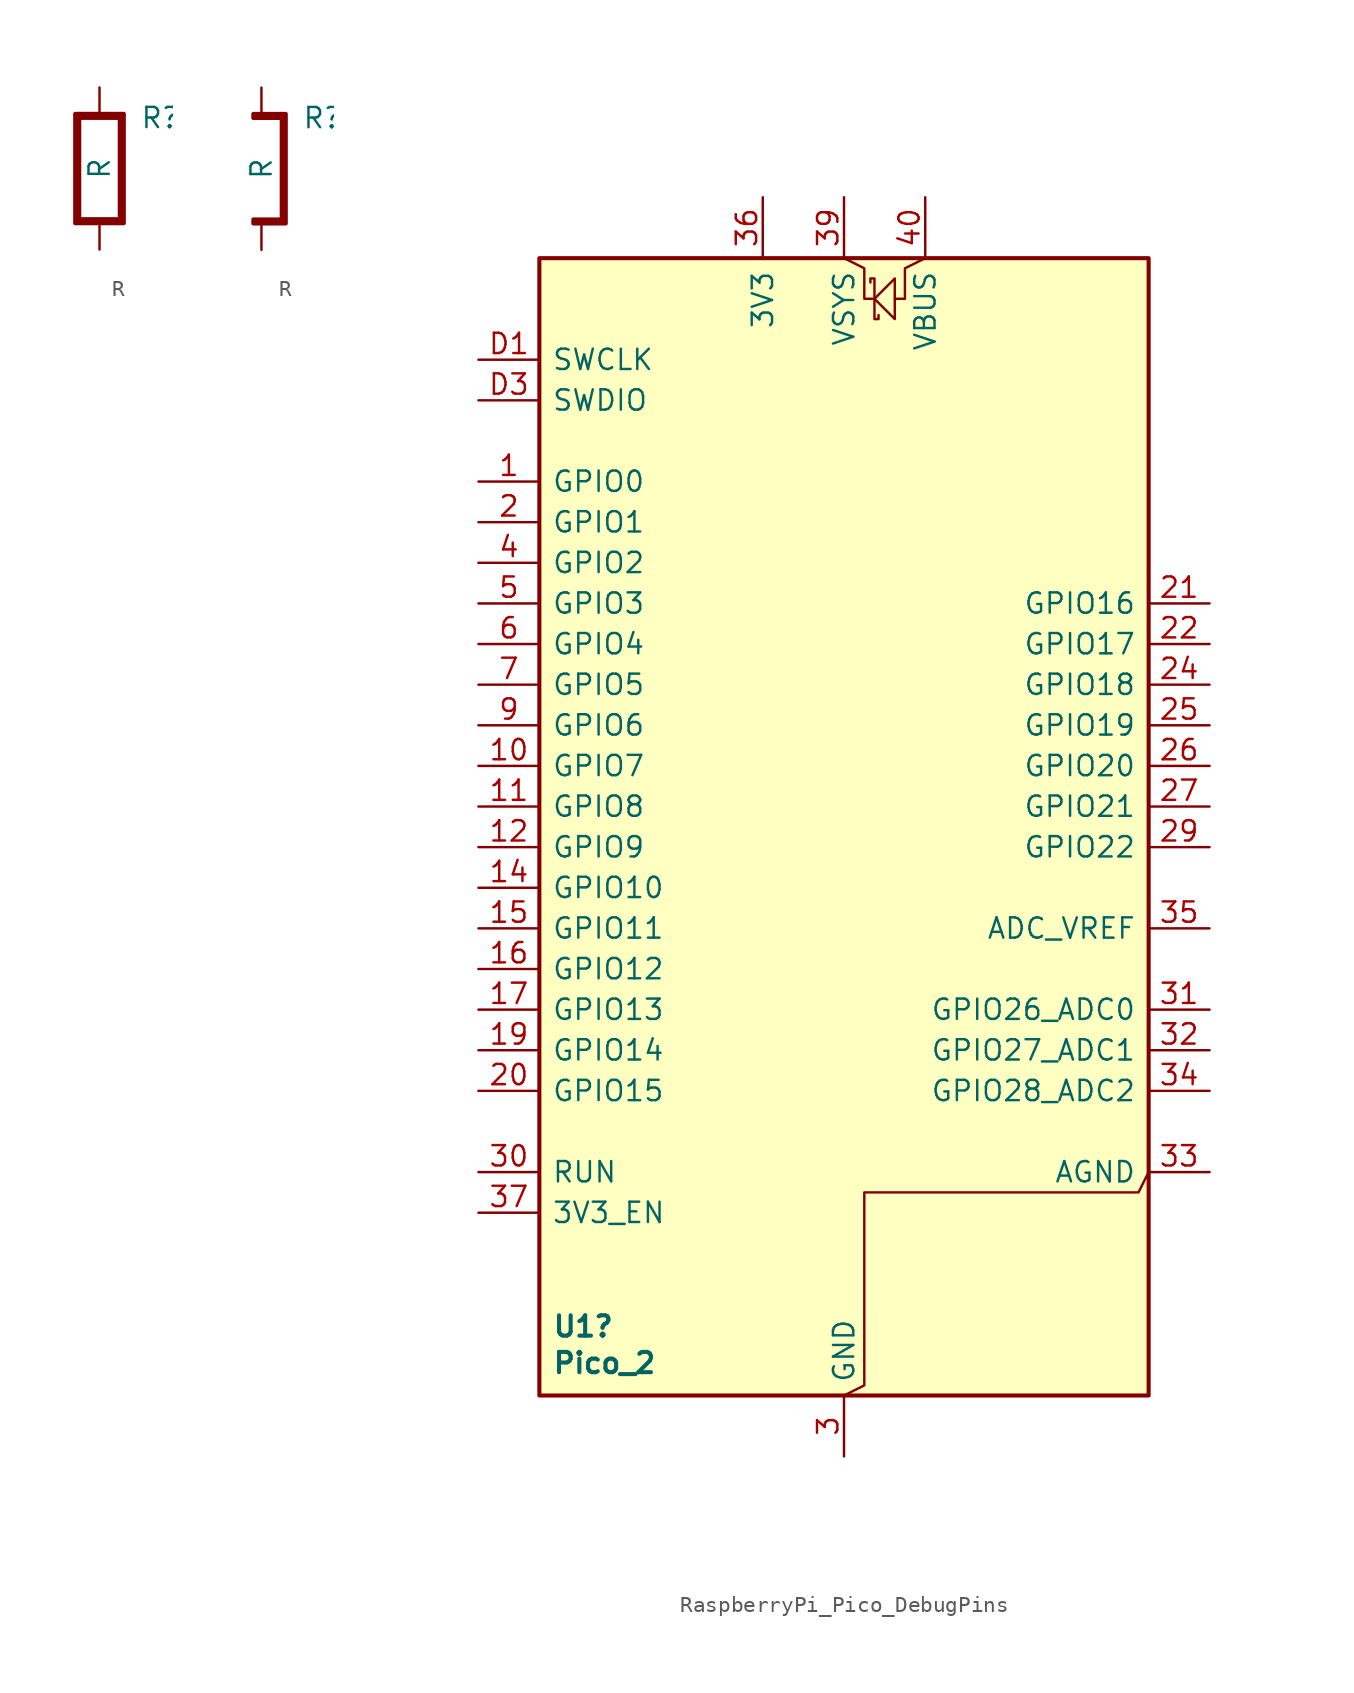
<source format=kicad_sym>
(kicad_symbol_lib
  (version 20241209)
  (generator "kicad_symbol_editor")
  (generator_version "9.0")
  (symbol "R"
    (pin_numbers
      (hide yes))
    (pin_names
      (offset 0)
      (hide yes))
    (property "Reference" "R"
      (at 2.54 3.175 0)
      (effects (font (size 1.27 1.27)) (justify left)))
    (property "Value" "R"
      (at 0 0 90)
      (effects (font (size 1.27 1.27))))
    (symbol "R_1_1"
      (polyline (pts (xy -1.524 -3.429) (xy 1.524 -3.429) (xy 1.524 3.429) (xy -1.524 3.429) (xy -1.524 -3.429) (xy -1.27 -3.175) (xy -1.27 3.175) (xy 1.27 3.175) (xy 1.27 -3.175) (xy -1.27 -3.175) (xy -1.524 -3.429)) (stroke (width 0.254) (type default)) (fill (type outline)))
      (pin passive line (at 0 5.08 270) (length 1.651) (name "+" (effects (font (size 1.27 1.27)))) (number "1" (effects (font (size 1.27 1.27)))))
      (pin passive line (at 0 -5.08 90) (length 1.651) (name "-" (effects (font (size 1.27 1.27)))) (number "2" (effects (font (size 1.27 1.27))))))
    (symbol "R_1_2"
      (polyline (pts (xy -0.508 -3.429) (xy 1.524 -3.429) (xy 1.524 3.429) (xy -0.508 3.429) (xy -0.508 3.175) (xy 1.27 3.175) (xy 1.27 -3.175) (xy -0.508 -3.175) (xy -0.508 -3.429)) (stroke (width 0.254) (type default)) (fill (type outline)))
      (pin passive line (at 0 5.08 270) (length 1.651) (name "+" (effects (font (size 1.27 1.27)))) (number "1" (effects (font (size 1.27 1.27)))))
      (pin passive line (at 0 -5.08 90) (length 1.651) (name "-" (effects (font (size 1.27 1.27)))) (number "2" (effects (font (size 1.27 1.27))))))
    (symbol "R_1_3"
      (polyline (pts (xy 0 3.48) (xy 0 3.2) (xy 0.711 2.794) (xy -1.194 1.676) (xy 0.711 0.559) (xy -1.194 -0.559) (xy 0.711 -1.676) (xy -1.194 -2.794) (xy 0 -3.48) (xy 0 -3.2) (xy -0.711 -2.794) (xy 1.194 -1.676) (xy -0.711 -0.559) (xy 1.194 0.559) (xy -0.711 1.676) (xy 1.194 2.794) (xy 0 3.48)) (stroke (width 0.254) (type default)) (fill (type outline)))
      (pin passive line (at 0 5.08 270) (length 1.6) (name "+" (effects (font (size 1.27 1.27)))) (number "1" (effects (font (size 1.27 1.27)))))
      (pin passive line (at 0 -5.08 90) (length 1.6) (name "-" (effects (font (size 1.27 1.27)))) (number "2" (effects (font (size 1.27 1.27))))))
    (symbol "R_1_4"
      (polyline (pts (xy 0 4.547) (xy 0 4.267) (xy 0.051 4.242) (xy 1.016 3.683) (xy -1.524 2.21) (xy 1.016 0.737) (xy -1.524 -0.737) (xy 1.016 -2.21) (xy -1.524 -3.683) (xy -0.076 -4.521) (xy 0 -4.547) (xy 0 -4.267) (xy -0.051 -4.242) (xy -1.016 -3.683) (xy 1.524 -2.21) (xy -1.016 -0.737) (xy 1.524 0.737) (xy -1.016 2.21) (xy 1.524 3.683) (xy 0.076 4.521) (xy 0 4.547)) (stroke (width 0.254) (type default)) (fill (type outline)))
      (pin passive line (at 0 5.08 270) (length 0.533) (name "+" (effects (font (size 1.27 1.27)))) (number "1" (effects (font (size 1.27 1.27)))))
      (pin passive line (at 0 -5.08 90) (length 0.533) (name "-" (effects (font (size 1.27 1.27)))) (number "2" (effects (font (size 1.27 1.27)))))))
  (symbol "RaspberryPi_Pico_DebugPins"
    (pin_names
      (offset 0.762))
    (property "Reference" "U1"
      (at -18.288 -29.972 0)
      (effects (font (size 1.27 1.27) (thickness 0.254) (bold yes)) (justify left)))
    (property "Value" "Pico_2"
      (at -18.288 -32.258 0)
      (effects (font (size 1.27 1.27) (thickness 0.254) (bold yes)) (justify left)))
    (symbol "RaspberryPi_Pico_DebugPins_0_1"
      (rectangle (start -19.05 36.83) (end 19.05 -34.29) (stroke (width 0.254) (type default)) (fill (type background)))
      (polyline (pts (xy 0 36.83) (xy 1.27 36.195) (xy 1.27 34.29) (xy 1.905 34.29)) (stroke (width 0) (type default)) (fill (type none)))
      (polyline (pts (xy 0 -34.29) (xy 1.27 -33.655) (xy 1.27 -21.59) (xy 18.415 -21.59) (xy 19.05 -20.32)) (stroke (width 0) (type default)) (fill (type none)))
      (polyline (pts (xy 1.651 35.306) (xy 1.651 35.56) (xy 1.905 35.56) (xy 1.905 33.02) (xy 2.159 33.02) (xy 2.159 33.274)) (stroke (width 0) (type default)) (fill (type none)))
      (polyline (pts (xy 1.905 34.29) (xy 3.175 35.56) (xy 3.175 33.02) (xy 1.905 34.29)) (stroke (width 0) (type default)) (fill (type none)))
      (polyline (pts (xy 5.08 36.83) (xy 3.81 36.195) (xy 3.81 34.29) (xy 3.175 34.29)) (stroke (width 0) (type default)) (fill (type none))))
    (symbol "RaspberryPi_Pico_DebugPins_1_1"
      (pin input line (at -22.86 30.48 0) (length 3.81) (name "SWCLK" (effects (font (size 1.27 1.27)))) (number "D1" (effects (font (size 1.27 1.27)))))
      (pin bidirectional line (at -22.86 27.94 0) (length 3.81) (name "SWDIO" (effects (font (size 1.27 1.27)))) (number "D3" (effects (font (size 1.27 1.27)))))
      (pin bidirectional line (at -22.86 22.86 0) (length 3.81) (name "GPIO0" (effects (font (size 1.27 1.27)))) (number "1" (effects (font (size 1.27 1.27)))) (alternate "I2C0_SDA" bidirectional line) (alternate "PWM0_A" output line) (alternate "SPI0_RX" input line) (alternate "UART0_TX" output line) (alternate "USB_OVCUR_DET" input line))
      (pin bidirectional line (at -22.86 20.32 0) (length 3.81) (name "GPIO1" (effects (font (size 1.27 1.27)))) (number "2" (effects (font (size 1.27 1.27)))) (alternate "I2C0_SCL" bidirectional clock) (alternate "PWM0_B" bidirectional line) (alternate "UART0_RX" input line) (alternate "USB_VBUS_DET" passive line) (alternate "~{SPI0_CSn}" bidirectional line))
      (pin bidirectional line (at -22.86 17.78 0) (length 3.81) (name "GPIO2" (effects (font (size 1.27 1.27)))) (number "4" (effects (font (size 1.27 1.27)))) (alternate "I2C1_SDA" bidirectional line) (alternate "PWM1_A" output line) (alternate "SPI0_SCK" bidirectional clock) (alternate "UART0_CTS" input line) (alternate "USB_VBUS_DET" input line))
      (pin bidirectional line (at -22.86 15.24 0) (length 3.81) (name "GPIO3" (effects (font (size 1.27 1.27)))) (number "5" (effects (font (size 1.27 1.27)))) (alternate "I2C1_SCL" bidirectional clock) (alternate "PWM1_B" bidirectional line) (alternate "SPI0_TX" output line) (alternate "UART0_RTS" output line) (alternate "USB_OVCUR_DET" input line))
      (pin bidirectional line (at -22.86 12.7 0) (length 3.81) (name "GPIO4" (effects (font (size 1.27 1.27)))) (number "6" (effects (font (size 1.27 1.27)))) (alternate "I2C0_SDA" bidirectional line) (alternate "PWM2_A" output line) (alternate "SPI0_RX" input line) (alternate "UART1_TX" output line) (alternate "USB_VBUS_DET" input line))
      (pin bidirectional line (at -22.86 10.16 0) (length 3.81) (name "GPIO5" (effects (font (size 1.27 1.27)))) (number "7" (effects (font (size 1.27 1.27)))) (alternate "I2C0_SCL" bidirectional clock) (alternate "PWM2_B" bidirectional line) (alternate "UART1_RX" input line) (alternate "USB_VBUS_EN" output line) (alternate "~{SPI0_CSn}" bidirectional line))
      (pin bidirectional line (at -22.86 7.62 0) (length 3.81) (name "GPIO6" (effects (font (size 1.27 1.27)))) (number "9" (effects (font (size 1.27 1.27)))) (alternate "I2C1_SDA" bidirectional line) (alternate "PWM3_A" output line) (alternate "SPI0_SCK" bidirectional clock) (alternate "UART1_CTS" input line) (alternate "USB_OVCUR_DET" input line))
      (pin bidirectional line (at -22.86 5.08 0) (length 3.81) (name "GPIO7" (effects (font (size 1.27 1.27)))) (number "10" (effects (font (size 1.27 1.27)))) (alternate "I2C1_SCL" bidirectional clock) (alternate "PWM3_B" bidirectional line) (alternate "SPI0_TX" output line) (alternate "UART1_RTS" output line) (alternate "USB_VBUS_DET" input line))
      (pin bidirectional line (at -22.86 2.54 0) (length 3.81) (name "GPIO8" (effects (font (size 1.27 1.27)))) (number "11" (effects (font (size 1.27 1.27)))) (alternate "I2C0_SDA" bidirectional line) (alternate "PWM4_A" output line) (alternate "SPI1_RX" input line) (alternate "UART1_TX" output line) (alternate "USB_VBUS_EN" output line))
      (pin bidirectional line (at -22.86 0 0) (length 3.81) (name "GPIO9" (effects (font (size 1.27 1.27)))) (number "12" (effects (font (size 1.27 1.27)))) (alternate "I2C0_SCL" bidirectional clock) (alternate "PWM4_B" bidirectional line) (alternate "UART1_RX" input line) (alternate "USB_OVCUR_DET" input line) (alternate "~{SPI1_CSn}" bidirectional line))
      (pin bidirectional line (at -22.86 -2.54 0) (length 3.81) (name "GPIO10" (effects (font (size 1.27 1.27)))) (number "14" (effects (font (size 1.27 1.27)))) (alternate "I2C1_SDA" bidirectional line) (alternate "PWM5_A" output line) (alternate "SPI1_SCK" bidirectional clock) (alternate "UART1_CTS" input line) (alternate "USB_VBUS_DET" input line))
      (pin bidirectional line (at -22.86 -5.08 0) (length 3.81) (name "GPIO11" (effects (font (size 1.27 1.27)))) (number "15" (effects (font (size 1.27 1.27)))) (alternate "I2C1_SCL" bidirectional clock) (alternate "PWM5_B" bidirectional line) (alternate "SPI1_TX" output line) (alternate "UART1_RTS" output line) (alternate "USB_VBUS_EN" output line))
      (pin bidirectional line (at -22.86 -7.62 0) (length 3.81) (name "GPIO12" (effects (font (size 1.27 1.27)))) (number "16" (effects (font (size 1.27 1.27)))) (alternate "I2C0_SDA" bidirectional line) (alternate "PWM6_A" output line) (alternate "SPI1_RX" input line) (alternate "UART0_TX" output line) (alternate "USB_OVCUR_DET" input line))
      (pin bidirectional line (at -22.86 -10.16 0) (length 3.81) (name "GPIO13" (effects (font (size 1.27 1.27)))) (number "17" (effects (font (size 1.27 1.27)))) (alternate "I2C0_SCL" bidirectional clock) (alternate "PWM6_B" bidirectional line) (alternate "UART0_RX" input line) (alternate "USB_VBUS_DET" input line) (alternate "~{SPI1_CSn}" bidirectional line))
      (pin bidirectional line (at -22.86 -12.7 0) (length 3.81) (name "GPIO14" (effects (font (size 1.27 1.27)))) (number "19" (effects (font (size 1.27 1.27)))) (alternate "I2C1_SDA" bidirectional line) (alternate "PWM7_A" output line) (alternate "SPI1_SCK" bidirectional clock) (alternate "UART0_CTS" input line) (alternate "USB_VBUS_EN" output line))
      (pin bidirectional line (at -22.86 -15.24 0) (length 3.81) (name "GPIO15" (effects (font (size 1.27 1.27)))) (number "20" (effects (font (size 1.27 1.27)))) (alternate "I2C1_SCL" bidirectional clock) (alternate "PWM7_B" bidirectional line) (alternate "SPI1_TX" output line) (alternate "UART0_RTS" output line) (alternate "USB_OVCUR_DET" input line))
      (pin input line (at -22.86 -20.32 0) (length 3.81) (name "RUN" (effects (font (size 1.27 1.27)))) (number "30" (effects (font (size 1.27 1.27)))) (alternate "~{RESET}" input line))
      (pin input line (at -22.86 -22.86 0) (length 3.81) (name "3V3_EN" (effects (font (size 1.27 1.27)))) (number "37" (effects (font (size 1.27 1.27)))) (alternate "~{3V3_DISABLE}" input line))
      (pin power_out line (at -5.08 40.64 270) (length 3.81) (name "3V3" (effects (font (size 1.27 1.27)))) (number "36" (effects (font (size 1.27 1.27)))))
      (pin power_in line (at 0 40.64 270) (length 3.81) (name "VSYS" (effects (font (size 1.27 1.27)))) (number "39" (effects (font (size 1.27 1.27)))) (alternate "VSYS_IN" power_in line) (alternate "VSYS_OUT" power_out line))
      (pin passive line (at 0 -38.1 90) (length 3.81) (hide yes) (name "GND" (effects (font (size 1.27 1.27)))) (number "13" (effects (font (size 1.27 1.27)))))
      (pin passive line (at 0 -38.1 90) (length 3.81) (hide yes) (name "GND" (effects (font (size 1.27 1.27)))) (number "18" (effects (font (size 1.27 1.27)))))
      (pin passive line (at 0 -38.1 90) (length 3.81) (hide yes) (name "GND" (effects (font (size 1.27 1.27)))) (number "23" (effects (font (size 1.27 1.27)))))
      (pin passive line (at 0 -38.1 90) (length 3.81) (hide yes) (name "GND" (effects (font (size 1.27 1.27)))) (number "28" (effects (font (size 1.27 1.27)))))
      (pin power_out line (at 0 -38.1 90) (length 3.81) (name "GND" (effects (font (size 1.27 1.27)))) (number "3" (effects (font (size 1.27 1.27)))) (alternate "GND_IN" power_in line))
      (pin passive line (at 0 -38.1 90) (length 3.81) (hide yes) (name "GND" (effects (font (size 1.27 1.27)))) (number "38" (effects (font (size 1.27 1.27)))))
      (pin passive line (at 0 -38.1 90) (length 3.81) (hide yes) (name "GND" (effects (font (size 1.27 1.27)))) (number "8" (effects (font (size 1.27 1.27)))))
      (pin passive line (at 0 -38.1 90) (length 3.81) (hide yes) (name "GND" (effects (font (size 1.27 1.27)))) (number "D2" (effects (font (size 1.27 1.27)))))
      (pin power_out line (at 5.08 40.64 270) (length 3.81) (name "VBUS" (effects (font (size 1.27 1.27)))) (number "40" (effects (font (size 1.27 1.27)))) (alternate "VBUS_HOST" power_in line))
      (pin bidirectional line (at 22.86 15.24 180) (length 3.81) (name "GPIO16" (effects (font (size 1.27 1.27)))) (number "21" (effects (font (size 1.27 1.27)))) (alternate "I2C0_SDA" bidirectional line) (alternate "PWM0_A" output line) (alternate "SPI0_RX" input line) (alternate "UART0_TX" output line) (alternate "USB_VBUS_DET" input line))
      (pin bidirectional line (at 22.86 12.7 180) (length 3.81) (name "GPIO17" (effects (font (size 1.27 1.27)))) (number "22" (effects (font (size 1.27 1.27)))) (alternate "I2C0_SCL" bidirectional clock) (alternate "PWM0_B" bidirectional line) (alternate "UART0_RX" input line) (alternate "USB_VBUS_EN" output line) (alternate "~{SPI0_CSn}" bidirectional line))
      (pin bidirectional line (at 22.86 10.16 180) (length 3.81) (name "GPIO18" (effects (font (size 1.27 1.27)))) (number "24" (effects (font (size 1.27 1.27)))) (alternate "I2C1_SDA" bidirectional line) (alternate "PWM1_A" output line) (alternate "SPI0_SCK" bidirectional clock) (alternate "UART0_CTS" input line) (alternate "USB_OVCUR_DET" input line))
      (pin bidirectional line (at 22.86 7.62 180) (length 3.81) (name "GPIO19" (effects (font (size 1.27 1.27)))) (number "25" (effects (font (size 1.27 1.27)))) (alternate "I2C1_SCL" bidirectional clock) (alternate "PWM1_B" bidirectional line) (alternate "SPI0_TX" output line) (alternate "UART0_RTS" output line) (alternate "USB_VBUS_DET" input line))
      (pin bidirectional line (at 22.86 5.08 180) (length 3.81) (name "GPIO20" (effects (font (size 1.27 1.27)))) (number "26" (effects (font (size 1.27 1.27)))) (alternate "CLOCK_GPIN0" input clock) (alternate "I2C0_SDA" bidirectional line) (alternate "PWM2_A" output line) (alternate "SPI0_RX" input line) (alternate "UART1_TX" output line) (alternate "USB_VBUS_EN" output line))
      (pin bidirectional line (at 22.86 2.54 180) (length 3.81) (name "GPIO21" (effects (font (size 1.27 1.27)))) (number "27" (effects (font (size 1.27 1.27)))) (alternate "CLOCK_GPOUT0" output clock) (alternate "I2C0_SCL" bidirectional clock) (alternate "PWM2_B" bidirectional line) (alternate "UART1_RX" input line) (alternate "USB_OVCUR_DET" input line) (alternate "~{SPI0_CSn}" bidirectional line))
      (pin bidirectional line (at 22.86 0 180) (length 3.81) (name "GPIO22" (effects (font (size 1.27 1.27)))) (number "29" (effects (font (size 1.27 1.27)))) (alternate "CLOCK_GPIN1" input clock) (alternate "I2C1_SDA" bidirectional line) (alternate "PWM3_A" output line) (alternate "SPI0_SCK" bidirectional clock) (alternate "UART1_CTS" input line) (alternate "USB_VBUS_DET" input line))
      (pin power_in line (at 22.86 -5.08 180) (length 3.81) (name "ADC_VREF" (effects (font (size 1.27 1.27)))) (number "35" (effects (font (size 1.27 1.27)))))
      (pin bidirectional line (at 22.86 -10.16 180) (length 3.81) (name "GPIO26_ADC0" (effects (font (size 1.27 1.27)))) (number "31" (effects (font (size 1.27 1.27)))) (alternate "ADC0" input line) (alternate "GPIO26" bidirectional line) (alternate "I2C1_SDA" bidirectional line) (alternate "PWM5_A" output line) (alternate "SPI1_SCK" bidirectional clock) (alternate "UART1_CTS" input line) (alternate "USB_VBUS_EN" output line))
      (pin bidirectional line (at 22.86 -12.7 180) (length 3.81) (name "GPIO27_ADC1" (effects (font (size 1.27 1.27)))) (number "32" (effects (font (size 1.27 1.27)))) (alternate "ADC1" input line) (alternate "GPIO27" bidirectional line) (alternate "I2C1_SCL" bidirectional clock) (alternate "PWM5_B" bidirectional line) (alternate "SPI1_TX" output line) (alternate "UART1_RTS" output line) (alternate "USB_OVCUR_DET" input line))
      (pin bidirectional line (at 22.86 -15.24 180) (length 3.81) (name "GPIO28_ADC2" (effects (font (size 1.27 1.27)))) (number "34" (effects (font (size 1.27 1.27)))) (alternate "ADC2" input line) (alternate "GPIO28" bidirectional line) (alternate "I2C0_SDA" bidirectional line) (alternate "PWM6_A" output line) (alternate "SPI1_RX" input line) (alternate "UART0_TX" output line) (alternate "USB_VBUS_DET" input line))
      (pin power_out line (at 22.86 -20.32 180) (length 3.81) (name "AGND" (effects (font (size 1.27 1.27)))) (number "33" (effects (font (size 1.27 1.27)))) (alternate "GND" passive line)))))
</source>
